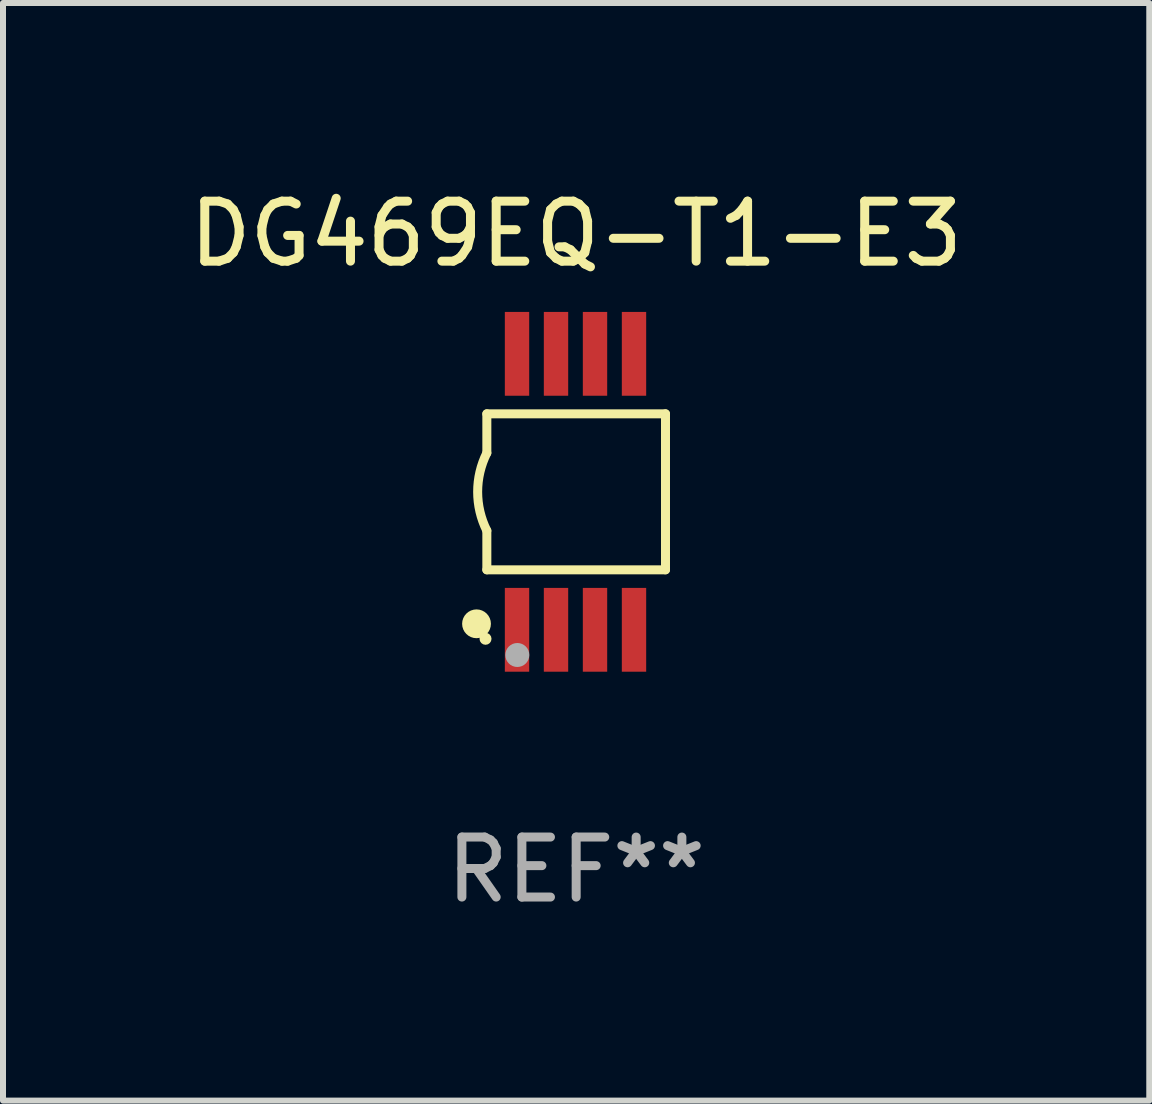
<source format=kicad_pcb>
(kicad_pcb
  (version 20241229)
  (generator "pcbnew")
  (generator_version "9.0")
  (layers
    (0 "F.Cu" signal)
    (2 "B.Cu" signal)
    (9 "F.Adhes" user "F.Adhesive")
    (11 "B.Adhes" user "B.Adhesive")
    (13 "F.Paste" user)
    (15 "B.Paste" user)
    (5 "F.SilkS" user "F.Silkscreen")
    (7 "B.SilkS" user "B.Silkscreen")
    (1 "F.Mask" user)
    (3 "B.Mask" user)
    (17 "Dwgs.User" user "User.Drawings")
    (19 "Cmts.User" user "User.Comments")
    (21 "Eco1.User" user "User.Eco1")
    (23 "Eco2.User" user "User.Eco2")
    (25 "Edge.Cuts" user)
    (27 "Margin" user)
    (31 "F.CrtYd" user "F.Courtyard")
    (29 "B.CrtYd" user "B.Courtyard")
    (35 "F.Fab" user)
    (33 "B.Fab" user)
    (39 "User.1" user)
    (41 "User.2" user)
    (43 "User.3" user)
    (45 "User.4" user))
  (footprint "DG469EQ-T1-E3"
    (layer "F.Cu")
    (at 6.554 5.148)
    (property "Reference" "DG469EQ-T1-E3" (at 0 -4.3 0) (layer "F.SilkS") (effects (font (size 1 1) (thickness 0.15))))
    (attr through_hole)
    (fp_line (start -1.489 -1.3) (end -1.489 -0.648) (stroke (width 0.15) (type solid)) (layer "F.SilkS"))
    (fp_line (start -1.489 0.648) (end -1.489 1.3) (stroke (width 0.15) (type solid)) (layer "F.SilkS"))
    (fp_line (start -1.489 1.3) (end 1.489 1.3) (stroke (width 0.15) (type solid)) (layer "F.SilkS"))
    (fp_line (start 1.489 -1.3) (end -1.489 -1.3) (stroke (width 0.15) (type solid)) (layer "F.SilkS"))
    (fp_line (start 1.489 1.3) (end 1.489 -1.3) (stroke (width 0.15) (type solid)) (layer "F.SilkS"))
    (fp_arc (start -1.489205 0.647702) (mid -1.642107 0) (end -1.489205 -0.647701) (stroke (width 0.150013) (type solid)) (layer "F.SilkS"))
    (fp_circle (center -1.661 2.2) (end -1.541 2.2) (stroke (width 0.24) (type solid)) (fill no) (layer "F.SilkS"))
    (fp_circle (center -1.511 2.45) (end -1.461 2.45) (stroke (width 0.1) (type solid)) (fill no) (layer "F.SilkS"))
    (fp_circle (center -0.981 2.72) (end -0.881 2.72) (stroke (width 0.2) (type solid)) (fill no) (layer "F.Fab"))
    (fp_text user "REF**" (at 0 6.3 0) (layer "F.Fab") (effects (font (size 1 1) (thickness 0.15))))
    (pad "1" smd rect (at -0.986 2.3) (size 0.406 1.397) (layers "F.Cu" "F.Mask" "F.Paste"))
    (pad "2" smd rect (at -0.336 2.3) (size 0.406 1.397) (layers "F.Cu" "F.Mask" "F.Paste"))
    (pad "3" smd rect (at 0.314 2.3) (size 0.406 1.397) (layers "F.Cu" "F.Mask" "F.Paste"))
    (pad "4" smd rect (at 0.964 2.3) (size 0.406 1.397) (layers "F.Cu" "F.Mask" "F.Paste"))
    (pad "5" smd rect (at 0.964 -2.3) (size 0.406 1.397) (layers "F.Cu" "F.Mask" "F.Paste"))
    (pad "6" smd rect (at 0.314 -2.3) (size 0.406 1.397) (layers "F.Cu" "F.Mask" "F.Paste"))
    (pad "7" smd rect (at -0.336 -2.3) (size 0.406 1.397) (layers "F.Cu" "F.Mask" "F.Paste"))
    (pad "8" smd rect (at -0.986 -2.3) (size 0.406 1.397) (layers "F.Cu" "F.Mask" "F.Paste")))
  (gr_rect
    (start -3 -3)
    (end 16.107 15.296)
    (stroke (width 0.1) (type default))
    (fill no)
    (layer "Edge.Cuts")))
</source>
